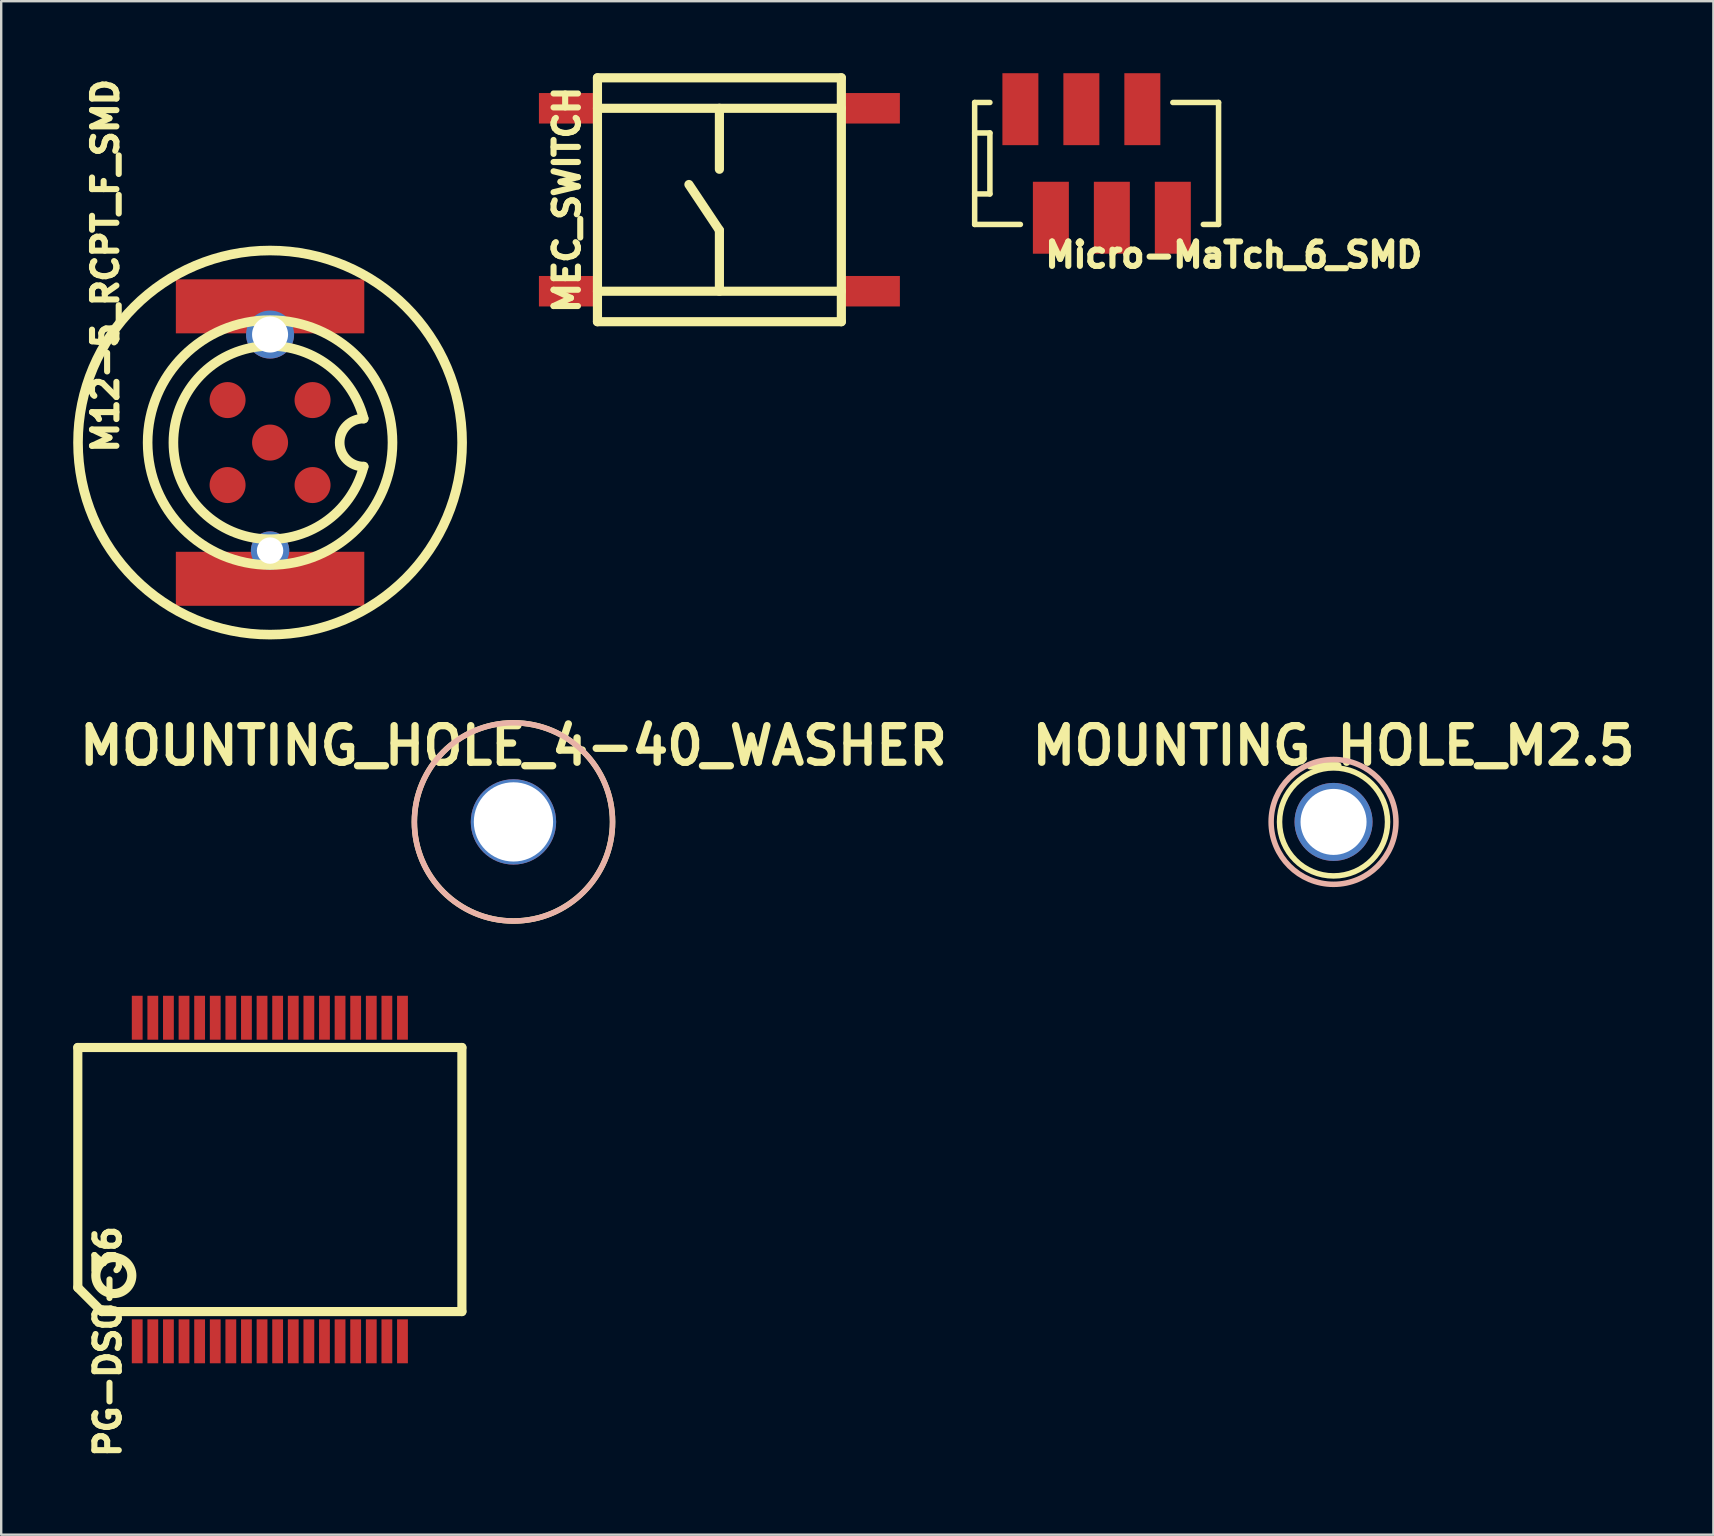
<source format=kicad_pcb>
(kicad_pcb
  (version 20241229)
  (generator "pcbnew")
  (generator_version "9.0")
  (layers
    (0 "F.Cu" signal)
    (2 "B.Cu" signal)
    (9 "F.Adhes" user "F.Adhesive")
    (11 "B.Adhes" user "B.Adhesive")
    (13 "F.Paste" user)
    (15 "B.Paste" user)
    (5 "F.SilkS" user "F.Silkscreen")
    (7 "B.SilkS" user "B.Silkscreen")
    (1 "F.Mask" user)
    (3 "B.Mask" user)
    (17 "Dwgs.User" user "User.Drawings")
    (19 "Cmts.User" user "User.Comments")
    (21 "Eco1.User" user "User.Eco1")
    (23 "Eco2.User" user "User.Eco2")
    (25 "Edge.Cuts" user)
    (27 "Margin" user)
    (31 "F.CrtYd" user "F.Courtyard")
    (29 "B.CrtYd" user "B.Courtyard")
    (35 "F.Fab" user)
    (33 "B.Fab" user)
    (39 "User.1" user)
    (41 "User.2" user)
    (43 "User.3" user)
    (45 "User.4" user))
  (footprint "MOUNTING_HOLE_M2.5"
    (layer "F.Cu")
    (at 52.501 31.188)
    (property "Reference" "MOUNTING_HOLE_M2.5" (at 0 -3.175 0) (layer "F.SilkS") (effects (font (size 1.524 1.524) (thickness 0.305))))
    (attr through_hole)
    (fp_circle (center 0 0) (end 2.25 0) (stroke (width 0.229) (type solid)) (fill no) (layer "F.SilkS"))
    (fp_circle (center 0 0) (end 2.6 0) (stroke (width 0.229) (type solid)) (fill no) (layer "B.SilkS"))
    (pad "1" thru_hole circle (at 0 0) (size 3.25 3.25) (drill 2.75) (layers "*.Cu" "*.Mask")))
  (footprint "MEC_SWITCH"
    (layer "F.Cu")
    (at 26.918 5.271)
    (property "Reference" "MEC_SWITCH" (at -6.35 0 90) (layer "F.SilkS") (effects (font (size 1.016 1.016) (thickness 0.254))))
    (attr through_hole)
    (fp_line (start -5.08 -5.08) (end -5.08 5.08) (stroke (width 0.381) (type solid)) (layer "F.SilkS"))
    (fp_line (start -5.08 -3.81) (end 5.08 -3.81) (stroke (width 0.381) (type solid)) (layer "F.SilkS"))
    (fp_line (start -5.08 3.81) (end 5.08 3.81) (stroke (width 0.381) (type solid)) (layer "F.SilkS"))
    (fp_line (start -5.08 5.08) (end 5.08 5.08) (stroke (width 0.381) (type solid)) (layer "F.SilkS"))
    (fp_line (start 0 -3.81) (end 0 -1.27) (stroke (width 0.381) (type solid)) (layer "F.SilkS"))
    (fp_line (start 0 1.27) (end -1.27 -0.635) (stroke (width 0.381) (type solid)) (layer "F.SilkS"))
    (fp_line (start 0 3.81) (end 0 1.27) (stroke (width 0.381) (type solid)) (layer "F.SilkS"))
    (fp_line (start 5.08 -5.08) (end -5.08 -5.08) (stroke (width 0.381) (type solid)) (layer "F.SilkS"))
    (fp_line (start 5.08 5.08) (end 5.08 -5.08) (stroke (width 0.381) (type solid)) (layer "F.SilkS"))
    (pad "1" smd rect (at 6.248 -3.81) (size 2.54 1.27) (layers "F.Cu" "F.Mask" "F.Paste"))
    (pad "2" smd rect (at -6.248 -3.81) (size 2.54 1.27) (layers "F.Cu" "F.Mask" "F.Paste"))
    (pad "3" smd rect (at 6.248 3.81) (size 2.54 1.27) (layers "F.Cu" "F.Mask" "F.Paste"))
    (pad "4" smd rect (at -6.248 3.81) (size 2.54 1.27) (layers "F.Cu" "F.Mask" "F.Paste")))
  (footprint "M12-5_RCPT_F_SMD"
    (layer "F.Cu")
    (at 8.2 15.386)
    (property "Reference" "M12-5_RCPT_F_SMD" (at -6.858 -7.366 270) (layer "F.SilkS") (effects (font (size 1.016 1.016) (thickness 0.254))))
    (attr through_hole)
    (fp_arc (start 3.899348 1.002533) (mid -4.026163 -0.001308) (end 3.899999 -0.999999) (stroke (width 0.4) (type solid)) (layer "F.SilkS"))
    (fp_arc (start 3.9 1) (mid 2.9 0) (end 3.9 -1) (stroke (width 0.4) (type solid)) (layer "F.SilkS"))
    (fp_circle (center 0 0) (end 0 5.1) (stroke (width 0.4) (type solid)) (fill no) (layer "F.SilkS"))
    (fp_circle (center 0 0) (end 0 8) (stroke (width 0.4) (type solid)) (fill no) (layer "F.SilkS"))
    (pad "" smd rect (at 0 -5.675 270) (size 2.25 7.85) (layers "F.Cu" "F.Mask"))
    (pad "" thru_hole circle (at 0 -4.5 270) (size 2 2) (drill 1.5) (layers "*.Cu" "*.Mask"))
    (pad "" thru_hole circle (at 0 4.5 270) (size 1.6 1.6) (drill 1.1) (layers "*.Cu" "*.Mask"))
    (pad "" smd rect (at 0 5.675 270) (size 2.25 7.85) (layers "F.Cu" "F.Mask"))
    (pad "1" smd circle (at 1.77 -1.77 270) (size 1.5 1.5) (layers "F.Cu" "F.Mask"))
    (pad "2" smd circle (at 1.77 1.77 270) (size 1.5 1.5) (layers "F.Cu" "F.Mask"))
    (pad "3" smd circle (at -1.77 1.77 270) (size 1.5 1.5) (layers "F.Cu" "F.Mask"))
    (pad "4" smd circle (at -1.77 -1.77 270) (size 1.5 1.5) (layers "F.Cu" "F.Mask"))
    (pad "5" smd circle (at 0 0 270) (size 1.5 1.5) (layers "F.Cu" "F.Mask")))
  (footprint "PG-DSO-36"
    (layer "F.Cu")
    (at 8.191 46.085)
    (property "Reference" "PG-DSO-36" (at -6.75 6.75 90) (layer "F.SilkS") (effects (font (size 1.016 1.016) (thickness 0.254))))
    (attr through_hole)
    (fp_line (start -8 -5.5) (end -8 4.5) (stroke (width 0.381) (type solid)) (layer "F.SilkS"))
    (fp_line (start -8 4.5) (end -7 5.5) (stroke (width 0.381) (type solid)) (layer "F.SilkS"))
    (fp_line (start -7 5.5) (end 8 5.5) (stroke (width 0.381) (type solid)) (layer "F.SilkS"))
    (fp_line (start 8 -5.5) (end -8 -5.5) (stroke (width 0.381) (type solid)) (layer "F.SilkS"))
    (fp_line (start 8 5.5) (end 8 -5.5) (stroke (width 0.381) (type solid)) (layer "F.SilkS"))
    (fp_circle (center -6.5 4) (end -6.5 3.25) (stroke (width 0.381) (type solid)) (fill no) (layer "F.SilkS"))
    (pad "1" smd rect (at -5.525 6.74) (size 0.45 1.83) (layers "F.Cu" "F.Mask" "F.Paste"))
    (pad "2" smd rect (at -4.875 6.74) (size 0.45 1.83) (layers "F.Cu" "F.Mask" "F.Paste"))
    (pad "3" smd rect (at -4.225 6.74) (size 0.45 1.83) (layers "F.Cu" "F.Mask" "F.Paste"))
    (pad "4" smd rect (at -3.575 6.74) (size 0.45 1.83) (layers "F.Cu" "F.Mask" "F.Paste"))
    (pad "5" smd rect (at -2.925 6.74) (size 0.45 1.83) (layers "F.Cu" "F.Mask" "F.Paste"))
    (pad "6" smd rect (at -2.275 6.74) (size 0.45 1.83) (layers "F.Cu" "F.Mask" "F.Paste"))
    (pad "7" smd rect (at -1.625 6.74) (size 0.45 1.83) (layers "F.Cu" "F.Mask" "F.Paste"))
    (pad "8" smd rect (at -0.975 6.74) (size 0.45 1.83) (layers "F.Cu" "F.Mask" "F.Paste"))
    (pad "9" smd rect (at -0.325 6.74) (size 0.45 1.83) (layers "F.Cu" "F.Mask" "F.Paste"))
    (pad "10" smd rect (at 0.325 6.74) (size 0.45 1.83) (layers "F.Cu" "F.Mask" "F.Paste"))
    (pad "11" smd rect (at 0.975 6.74) (size 0.45 1.83) (layers "F.Cu" "F.Mask" "F.Paste"))
    (pad "12" smd rect (at 1.625 6.74) (size 0.45 1.83) (layers "F.Cu" "F.Mask" "F.Paste"))
    (pad "13" smd rect (at 2.275 6.74) (size 0.45 1.83) (layers "F.Cu" "F.Mask" "F.Paste"))
    (pad "14" smd rect (at 2.925 6.74) (size 0.45 1.83) (layers "F.Cu" "F.Mask" "F.Paste"))
    (pad "15" smd rect (at 3.575 6.74) (size 0.45 1.83) (layers "F.Cu" "F.Mask" "F.Paste"))
    (pad "16" smd rect (at 4.225 6.74) (size 0.45 1.83) (layers "F.Cu" "F.Mask" "F.Paste"))
    (pad "17" smd rect (at 4.875 6.74) (size 0.45 1.83) (layers "F.Cu" "F.Mask" "F.Paste"))
    (pad "18" smd rect (at 5.525 6.74) (size 0.45 1.83) (layers "F.Cu" "F.Mask" "F.Paste"))
    (pad "19" smd rect (at 5.525 -6.74) (size 0.45 1.83) (layers "F.Cu" "F.Mask" "F.Paste"))
    (pad "20" smd rect (at 4.875 -6.74) (size 0.45 1.83) (layers "F.Cu" "F.Mask" "F.Paste"))
    (pad "21" smd rect (at 4.225 -6.74) (size 0.45 1.83) (layers "F.Cu" "F.Mask" "F.Paste"))
    (pad "22" smd rect (at 3.575 -6.74) (size 0.45 1.83) (layers "F.Cu" "F.Mask" "F.Paste"))
    (pad "23" smd rect (at 2.925 -6.74) (size 0.45 1.83) (layers "F.Cu" "F.Mask" "F.Paste"))
    (pad "24" smd rect (at 2.275 -6.74) (size 0.45 1.83) (layers "F.Cu" "F.Mask" "F.Paste"))
    (pad "25" smd rect (at 1.625 -6.74) (size 0.45 1.83) (layers "F.Cu" "F.Mask" "F.Paste"))
    (pad "26" smd rect (at 0.975 -6.74) (size 0.45 1.83) (layers "F.Cu" "F.Mask" "F.Paste"))
    (pad "27" smd rect (at 0.325 -6.74) (size 0.45 1.83) (layers "F.Cu" "F.Mask" "F.Paste"))
    (pad "28" smd rect (at -0.325 -6.74) (size 0.45 1.83) (layers "F.Cu" "F.Mask" "F.Paste"))
    (pad "29" smd rect (at -0.975 -6.74) (size 0.45 1.83) (layers "F.Cu" "F.Mask" "F.Paste"))
    (pad "30" smd rect (at -1.625 -6.74) (size 0.45 1.83) (layers "F.Cu" "F.Mask" "F.Paste"))
    (pad "31" smd rect (at -2.275 -6.74) (size 0.45 1.83) (layers "F.Cu" "F.Mask" "F.Paste"))
    (pad "32" smd rect (at -2.925 -6.74) (size 0.45 1.83) (layers "F.Cu" "F.Mask" "F.Paste"))
    (pad "33" smd rect (at -3.575 -6.74) (size 0.45 1.83) (layers "F.Cu" "F.Mask" "F.Paste"))
    (pad "34" smd rect (at -4.225 -6.74) (size 0.45 1.83) (layers "F.Cu" "F.Mask" "F.Paste"))
    (pad "35" smd rect (at -4.875 -6.74) (size 0.45 1.83) (layers "F.Cu" "F.Mask" "F.Paste"))
    (pad "36" smd rect (at -5.525 -6.74) (size 0.45 1.83) (layers "F.Cu" "F.Mask" "F.Paste")))
  (footprint "MOUNTING_HOLE_4-40_WASHER"
    (layer "F.Cu")
    (at 18.339 31.188)
    (property "Reference" "MOUNTING_HOLE_4-40_WASHER" (at 0 -3.175 0) (layer "F.SilkS") (effects (font (size 1.524 1.524) (thickness 0.305))))
    (attr through_hole)
    (fp_circle (center 0 0) (end 4.128 0) (stroke (width 0.229) (type solid)) (fill no) (layer "F.SilkS"))
    (fp_circle (center 0 0) (end 4.128 0) (stroke (width 0.229) (type solid)) (fill no) (layer "B.SilkS"))
    (pad "1" thru_hole circle (at 0 0) (size 3.556 3.556) (drill 3.302) (layers "*.Cu" "*.Mask")))
  (footprint "Micro-MaTch_6_SMD"
    (layer "F.Cu")
    (at 42.631 3.759)
    (property "Reference" "Micro-MaTch_6_SMD" (at 5.715 3.81 0) (layer "F.SilkS") (effects (font (size 1.016 1.016) (thickness 0.254))))
    (attr through_hole)
    (fp_line (start -5.08 -2.54) (end -5.08 2.54) (stroke (width 0.229) (type solid)) (layer "F.SilkS"))
    (fp_line (start -5.08 -2.54) (end -4.445 -2.54) (stroke (width 0.229) (type solid)) (layer "F.SilkS"))
    (fp_line (start -5.08 -1.27) (end -4.445 -1.27) (stroke (width 0.229) (type solid)) (layer "F.SilkS"))
    (fp_line (start -5.08 2.54) (end -3.175 2.54) (stroke (width 0.229) (type solid)) (layer "F.SilkS"))
    (fp_line (start -4.445 -1.27) (end -4.445 1.27) (stroke (width 0.229) (type solid)) (layer "F.SilkS"))
    (fp_line (start -4.445 1.27) (end -5.08 1.27) (stroke (width 0.229) (type solid)) (layer "F.SilkS"))
    (fp_line (start 4.445 2.54) (end 5.08 2.54) (stroke (width 0.229) (type solid)) (layer "F.SilkS"))
    (fp_line (start 5.08 -2.54) (end 3.175 -2.54) (stroke (width 0.229) (type solid)) (layer "F.SilkS"))
    (fp_line (start 5.08 -2.54) (end 5.08 2.54) (stroke (width 0.229) (type solid)) (layer "F.SilkS"))
    (pad "1" smd rect (at -3.175 -2.261) (size 1.499 2.997) (layers "F.Cu" "F.Mask" "F.Paste"))
    (pad "2" smd rect (at -1.905 2.261) (size 1.499 2.997) (layers "F.Cu" "F.Mask" "F.Paste"))
    (pad "3" smd rect (at -0.635 -2.261) (size 1.499 2.997) (layers "F.Cu" "F.Mask" "F.Paste"))
    (pad "4" smd rect (at 0.635 2.261) (size 1.499 2.997) (layers "F.Cu" "F.Mask" "F.Paste"))
    (pad "5" smd rect (at 1.905 -2.261) (size 1.499 2.997) (layers "F.Cu" "F.Mask" "F.Paste"))
    (pad "6" smd rect (at 3.175 2.261) (size 1.499 2.997) (layers "F.Cu" "F.Mask" "F.Paste")))
  (gr_rect
    (start -3 -3)
    (end 68.324 60.88)
    (stroke (width 0.1) (type default))
    (fill no)
    (layer "Edge.Cuts")))
</source>
